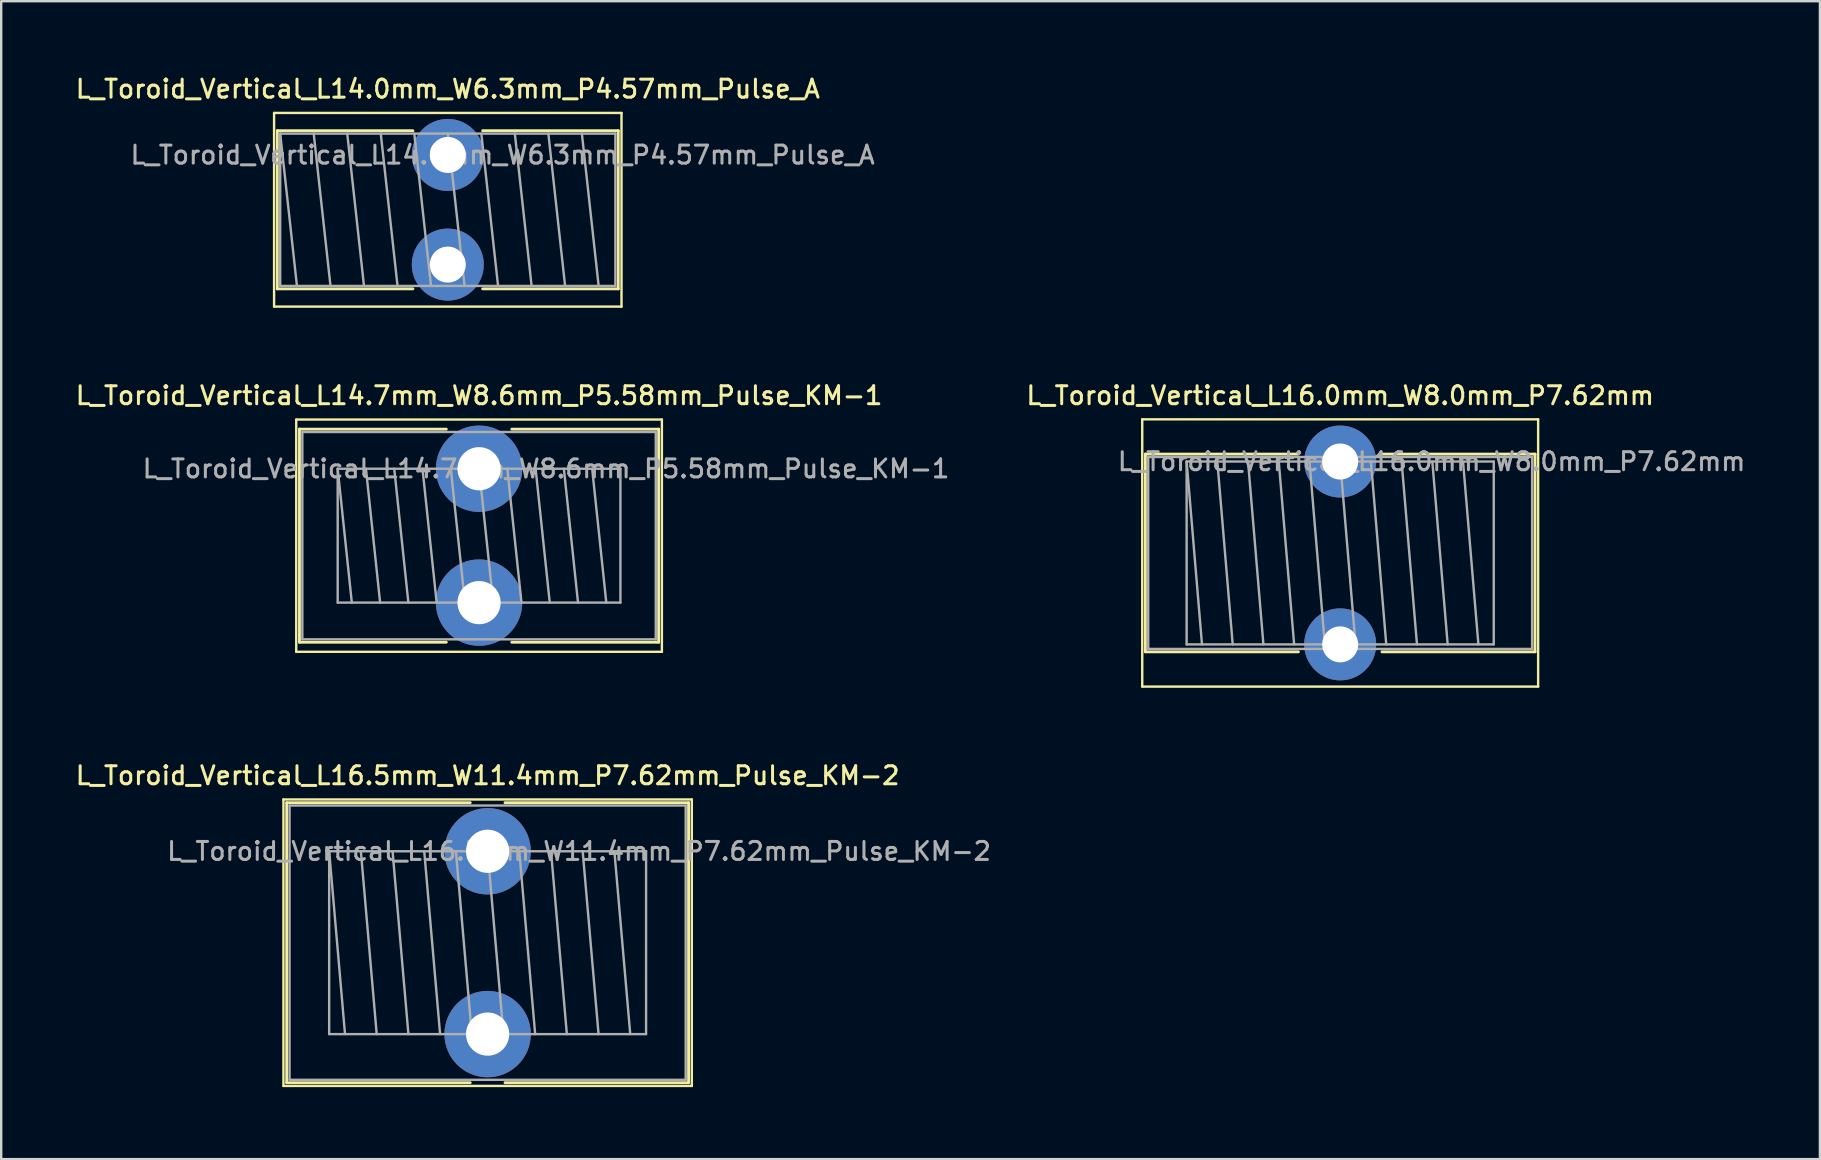
<source format=kicad_pcb>
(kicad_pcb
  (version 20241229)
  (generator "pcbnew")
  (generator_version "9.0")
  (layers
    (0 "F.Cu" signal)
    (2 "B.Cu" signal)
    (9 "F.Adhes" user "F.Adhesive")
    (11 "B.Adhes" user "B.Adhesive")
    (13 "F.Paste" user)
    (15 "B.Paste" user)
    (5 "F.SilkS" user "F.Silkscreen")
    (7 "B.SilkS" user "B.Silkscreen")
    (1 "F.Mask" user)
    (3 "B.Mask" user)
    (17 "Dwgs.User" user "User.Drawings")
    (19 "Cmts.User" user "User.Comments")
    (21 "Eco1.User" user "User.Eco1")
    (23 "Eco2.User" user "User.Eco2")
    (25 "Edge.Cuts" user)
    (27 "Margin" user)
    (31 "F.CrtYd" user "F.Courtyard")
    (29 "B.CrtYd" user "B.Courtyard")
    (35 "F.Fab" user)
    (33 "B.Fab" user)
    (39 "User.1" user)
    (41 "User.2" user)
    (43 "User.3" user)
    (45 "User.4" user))
  (footprint "L_Toroid_Vertical_L16.0mm_W8.0mm_P7.62mm"
    (layer "F.Cu")
    (at 52.806 16.186)
    (property "Reference" "L_Toroid_Vertical_L16.0mm_W8.0mm_P7.62mm" (at 0 -2.75 0) (layer "F.SilkS") (effects (font (size 0.75 0.75) (thickness 0.125))))
    (attr through_hole)
    (fp_line (start -8.25 -1.76) (end -8.25 9.38) (stroke (width 0.1) (type solid)) (layer "F.SilkS"))
    (fp_line (start -8.25 9.38) (end 8.25 9.38) (stroke (width 0.1) (type solid)) (layer "F.SilkS"))
    (fp_line (start -8.12 -0.31) (end -8.12 7.93) (stroke (width 0.12) (type solid)) (layer "F.SilkS"))
    (fp_line (start -8.12 -0.31) (end -1.742 -0.31) (stroke (width 0.12) (type solid)) (layer "F.SilkS"))
    (fp_line (start -8.12 7.93) (end -1.742 7.93) (stroke (width 0.12) (type solid)) (layer "F.SilkS"))
    (fp_line (start 1.742 -0.31) (end 8.12 -0.31) (stroke (width 0.12) (type solid)) (layer "F.SilkS"))
    (fp_line (start 1.742 7.93) (end 8.12 7.93) (stroke (width 0.12) (type solid)) (layer "F.SilkS"))
    (fp_line (start 8.12 -0.31) (end 8.12 7.93) (stroke (width 0.12) (type solid)) (layer "F.SilkS"))
    (fp_line (start 8.25 -1.76) (end -8.25 -1.76) (stroke (width 0.1) (type solid)) (layer "F.SilkS"))
    (fp_line (start 8.25 9.38) (end 8.25 -1.76) (stroke (width 0.1) (type solid)) (layer "F.SilkS"))
    (fp_line (start -8 -0.19) (end -8 7.81) (stroke (width 0.1) (type solid)) (layer "F.Fab"))
    (fp_line (start -8 7.81) (end 8 7.81) (stroke (width 0.1) (type solid)) (layer "F.Fab"))
    (fp_line (start -6.4 0) (end -6.4 7.62) (stroke (width 0.1) (type solid)) (layer "F.Fab"))
    (fp_line (start -6.4 0) (end -5.76 7.62) (stroke (width 0.1) (type solid)) (layer "F.Fab"))
    (fp_line (start -6.4 7.62) (end 6.4 7.62) (stroke (width 0.1) (type solid)) (layer "F.Fab"))
    (fp_line (start -5.12 0) (end -4.48 7.62) (stroke (width 0.1) (type solid)) (layer "F.Fab"))
    (fp_line (start -3.84 0) (end -3.2 7.62) (stroke (width 0.1) (type solid)) (layer "F.Fab"))
    (fp_line (start -2.56 0) (end -1.92 7.62) (stroke (width 0.1) (type solid)) (layer "F.Fab"))
    (fp_line (start -1.28 0) (end -0.64 7.62) (stroke (width 0.1) (type solid)) (layer "F.Fab"))
    (fp_line (start 0 0) (end 0.64 7.62) (stroke (width 0.1) (type solid)) (layer "F.Fab"))
    (fp_line (start 1.28 0) (end 1.92 7.62) (stroke (width 0.1) (type solid)) (layer "F.Fab"))
    (fp_line (start 2.56 0) (end 3.2 7.62) (stroke (width 0.1) (type solid)) (layer "F.Fab"))
    (fp_line (start 3.84 0) (end 4.48 7.62) (stroke (width 0.1) (type solid)) (layer "F.Fab"))
    (fp_line (start 5.12 0) (end 5.76 7.62) (stroke (width 0.1) (type solid)) (layer "F.Fab"))
    (fp_line (start 6.4 0) (end -6.4 0) (stroke (width 0.1) (type solid)) (layer "F.Fab"))
    (fp_line (start 6.4 7.62) (end 6.4 0) (stroke (width 0.1) (type solid)) (layer "F.Fab"))
    (fp_line (start 8 -0.19) (end -8 -0.19) (stroke (width 0.1) (type solid)) (layer "F.Fab"))
    (fp_line (start 8 7.81) (end 8 -0.19) (stroke (width 0.1) (type solid)) (layer "F.Fab"))
    (fp_text user "${REFERENCE}" (at 3.81 0 0) (layer "F.Fab") (effects (font (size 0.75 0.75) (thickness 0.125))))
    (pad "1" thru_hole circle (at 0 0) (size 3 3) (drill 1.5) (layers "*.Cu" "*.Mask"))
    (pad "2" thru_hole circle (at 0 7.62) (size 3 3) (drill 1.5) (layers "*.Cu" "*.Mask")))
  (footprint "L_Toroid_Vertical_L14.0mm_W6.3mm_P4.57mm_Pulse_A"
    (layer "F.Cu")
    (at 15.613 3.408)
    (property "Reference" "L_Toroid_Vertical_L14.0mm_W6.3mm_P4.57mm_Pulse_A" (at 0 -2.75 0) (layer "F.SilkS") (effects (font (size 0.75 0.75) (thickness 0.125))))
    (attr through_hole)
    (fp_line (start -7.24 -1.75) (end -7.24 6.32) (stroke (width 0.1) (type solid)) (layer "F.SilkS"))
    (fp_line (start -7.24 6.32) (end 7.24 6.32) (stroke (width 0.1) (type solid)) (layer "F.SilkS"))
    (fp_line (start -7.105 -1.01) (end -7.105 5.58) (stroke (width 0.12) (type solid)) (layer "F.SilkS"))
    (fp_line (start -7.105 -1.01) (end -1.454 -1.01) (stroke (width 0.12) (type solid)) (layer "F.SilkS"))
    (fp_line (start -7.105 5.58) (end -1.454 5.58) (stroke (width 0.12) (type solid)) (layer "F.SilkS"))
    (fp_line (start 1.454 -1.01) (end 7.105 -1.01) (stroke (width 0.12) (type solid)) (layer "F.SilkS"))
    (fp_line (start 1.454 5.58) (end 7.105 5.58) (stroke (width 0.12) (type solid)) (layer "F.SilkS"))
    (fp_line (start 7.105 -1.01) (end 7.105 5.58) (stroke (width 0.12) (type solid)) (layer "F.SilkS"))
    (fp_line (start 7.24 -1.75) (end -7.24 -1.75) (stroke (width 0.1) (type solid)) (layer "F.SilkS"))
    (fp_line (start 7.24 6.32) (end 7.24 -1.75) (stroke (width 0.1) (type solid)) (layer "F.SilkS"))
    (fp_line (start -6.985 -0.89) (end -6.985 5.46) (stroke (width 0.1) (type solid)) (layer "F.Fab"))
    (fp_line (start -6.985 -0.89) (end -6.287 5.46) (stroke (width 0.1) (type solid)) (layer "F.Fab"))
    (fp_line (start -6.985 5.46) (end 6.985 5.46) (stroke (width 0.1) (type solid)) (layer "F.Fab"))
    (fp_line (start -5.588 -0.89) (end -4.889 5.46) (stroke (width 0.1) (type solid)) (layer "F.Fab"))
    (fp_line (start -4.191 -0.89) (end -3.493 5.46) (stroke (width 0.1) (type solid)) (layer "F.Fab"))
    (fp_line (start -2.794 -0.89) (end -2.095 5.46) (stroke (width 0.1) (type solid)) (layer "F.Fab"))
    (fp_line (start -1.397 -0.89) (end -0.699 5.46) (stroke (width 0.1) (type solid)) (layer "F.Fab"))
    (fp_line (start 0 -0.89) (end 0.699 5.46) (stroke (width 0.1) (type solid)) (layer "F.Fab"))
    (fp_line (start 1.397 -0.89) (end 2.095 5.46) (stroke (width 0.1) (type solid)) (layer "F.Fab"))
    (fp_line (start 2.794 -0.89) (end 3.493 5.46) (stroke (width 0.1) (type solid)) (layer "F.Fab"))
    (fp_line (start 4.191 -0.89) (end 4.889 5.46) (stroke (width 0.1) (type solid)) (layer "F.Fab"))
    (fp_line (start 5.588 -0.89) (end 6.287 5.46) (stroke (width 0.1) (type solid)) (layer "F.Fab"))
    (fp_line (start 6.985 -0.89) (end -6.985 -0.89) (stroke (width 0.1) (type solid)) (layer "F.Fab"))
    (fp_line (start 6.985 5.46) (end 6.985 -0.89) (stroke (width 0.1) (type solid)) (layer "F.Fab"))
    (fp_text user "${REFERENCE}" (at 2.285 0 0) (layer "F.Fab") (effects (font (size 0.75 0.75) (thickness 0.125))))
    (pad "1" thru_hole circle (at 0 0) (size 3 3) (drill 1.5) (layers "*.Cu" "*.Mask"))
    (pad "2" thru_hole circle (at 0 4.57) (size 3 3) (drill 1.5) (layers "*.Cu" "*.Mask")))
  (footprint "L_Toroid_Vertical_L14.7mm_W8.6mm_P5.58mm_Pulse_KM-1"
    (layer "F.Cu")
    (at 16.916 16.486)
    (property "Reference" "L_Toroid_Vertical_L14.7mm_W8.6mm_P5.58mm_Pulse_KM-1" (at 0 -3.05 0) (layer "F.SilkS") (effects (font (size 0.75 0.75) (thickness 0.125))))
    (attr through_hole)
    (fp_line (start -7.62 -2.05) (end -7.62 7.63) (stroke (width 0.1) (type solid)) (layer "F.SilkS"))
    (fp_line (start -7.62 7.63) (end 7.62 7.63) (stroke (width 0.1) (type solid)) (layer "F.SilkS"))
    (fp_line (start -7.485 -1.65) (end -7.485 7.23) (stroke (width 0.12) (type solid)) (layer "F.SilkS"))
    (fp_line (start -7.485 -1.65) (end -1.365 -1.65) (stroke (width 0.12) (type solid)) (layer "F.SilkS"))
    (fp_line (start -7.485 7.23) (end -1.365 7.23) (stroke (width 0.12) (type solid)) (layer "F.SilkS"))
    (fp_line (start 1.365 -1.65) (end 7.485 -1.65) (stroke (width 0.12) (type solid)) (layer "F.SilkS"))
    (fp_line (start 1.365 7.23) (end 7.485 7.23) (stroke (width 0.12) (type solid)) (layer "F.SilkS"))
    (fp_line (start 7.485 -1.65) (end 7.485 7.23) (stroke (width 0.12) (type solid)) (layer "F.SilkS"))
    (fp_line (start 7.62 -2.05) (end -7.62 -2.05) (stroke (width 0.1) (type solid)) (layer "F.SilkS"))
    (fp_line (start 7.62 7.63) (end 7.62 -2.05) (stroke (width 0.1) (type solid)) (layer "F.SilkS"))
    (fp_line (start -7.365 -1.53) (end -7.365 7.11) (stroke (width 0.1) (type solid)) (layer "F.Fab"))
    (fp_line (start -7.365 7.11) (end 7.365 7.11) (stroke (width 0.1) (type solid)) (layer "F.Fab"))
    (fp_line (start -5.892 0) (end -5.892 5.58) (stroke (width 0.1) (type solid)) (layer "F.Fab"))
    (fp_line (start -5.892 0) (end -5.303 5.58) (stroke (width 0.1) (type solid)) (layer "F.Fab"))
    (fp_line (start -5.892 5.58) (end 5.892 5.58) (stroke (width 0.1) (type solid)) (layer "F.Fab"))
    (fp_line (start -4.714 0) (end -4.124 5.58) (stroke (width 0.1) (type solid)) (layer "F.Fab"))
    (fp_line (start -3.535 0) (end -2.946 5.58) (stroke (width 0.1) (type solid)) (layer "F.Fab"))
    (fp_line (start -2.357 0) (end -1.768 5.58) (stroke (width 0.1) (type solid)) (layer "F.Fab"))
    (fp_line (start -1.178 0) (end -0.589 5.58) (stroke (width 0.1) (type solid)) (layer "F.Fab"))
    (fp_line (start 0 0) (end 0.589 5.58) (stroke (width 0.1) (type solid)) (layer "F.Fab"))
    (fp_line (start 1.178 0) (end 1.768 5.58) (stroke (width 0.1) (type solid)) (layer "F.Fab"))
    (fp_line (start 2.357 0) (end 2.946 5.58) (stroke (width 0.1) (type solid)) (layer "F.Fab"))
    (fp_line (start 3.535 0) (end 4.124 5.58) (stroke (width 0.1) (type solid)) (layer "F.Fab"))
    (fp_line (start 4.714 0) (end 5.303 5.58) (stroke (width 0.1) (type solid)) (layer "F.Fab"))
    (fp_line (start 5.892 0) (end -5.892 0) (stroke (width 0.1) (type solid)) (layer "F.Fab"))
    (fp_line (start 5.892 5.58) (end 5.892 0) (stroke (width 0.1) (type solid)) (layer "F.Fab"))
    (fp_line (start 7.365 -1.53) (end -7.365 -1.53) (stroke (width 0.1) (type solid)) (layer "F.Fab"))
    (fp_line (start 7.365 7.11) (end 7.365 -1.53) (stroke (width 0.1) (type solid)) (layer "F.Fab"))
    (fp_text user "${REFERENCE}" (at 2.79 0 0) (layer "F.Fab") (effects (font (size 0.75 0.75) (thickness 0.125))))
    (pad "1" thru_hole circle (at 0 0) (size 3.6 3.6) (drill 1.8) (layers "*.Cu" "*.Mask"))
    (pad "2" thru_hole circle (at 0 5.58) (size 3.6 3.6) (drill 1.8) (layers "*.Cu" "*.Mask")))
  (footprint "L_Toroid_Vertical_L16.5mm_W11.4mm_P7.62mm_Pulse_KM-2"
    (layer "F.Cu")
    (at 17.273 32.429)
    (property "Reference" "L_Toroid_Vertical_L16.5mm_W11.4mm_P7.62mm_Pulse_KM-2" (at 0 -3.155 0) (layer "F.SilkS") (effects (font (size 0.75 0.75) (thickness 0.125))))
    (attr through_hole)
    (fp_line (start -8.51 -2.16) (end -8.51 9.78) (stroke (width 0.1) (type solid)) (layer "F.SilkS"))
    (fp_line (start -8.51 9.78) (end 8.51 9.78) (stroke (width 0.1) (type solid)) (layer "F.SilkS"))
    (fp_line (start -8.375 -2.025) (end -8.375 9.645) (stroke (width 0.12) (type solid)) (layer "F.SilkS"))
    (fp_line (start -8.375 -2.025) (end -0.725 -2.025) (stroke (width 0.12) (type solid)) (layer "F.SilkS"))
    (fp_line (start -8.375 9.645) (end -0.725 9.645) (stroke (width 0.12) (type solid)) (layer "F.SilkS"))
    (fp_line (start 0.725 -2.025) (end 8.375 -2.025) (stroke (width 0.12) (type solid)) (layer "F.SilkS"))
    (fp_line (start 0.725 9.645) (end 8.375 9.645) (stroke (width 0.12) (type solid)) (layer "F.SilkS"))
    (fp_line (start 8.375 -2.025) (end 8.375 9.645) (stroke (width 0.12) (type solid)) (layer "F.SilkS"))
    (fp_line (start 8.51 -2.16) (end -8.51 -2.16) (stroke (width 0.1) (type solid)) (layer "F.SilkS"))
    (fp_line (start 8.51 9.78) (end 8.51 -2.16) (stroke (width 0.1) (type solid)) (layer "F.SilkS"))
    (fp_line (start -8.255 -1.905) (end -8.255 9.525) (stroke (width 0.1) (type solid)) (layer "F.Fab"))
    (fp_line (start -8.255 9.525) (end 8.255 9.525) (stroke (width 0.1) (type solid)) (layer "F.Fab"))
    (fp_line (start -6.604 0) (end -6.604 7.62) (stroke (width 0.1) (type solid)) (layer "F.Fab"))
    (fp_line (start -6.604 0) (end -5.944 7.62) (stroke (width 0.1) (type solid)) (layer "F.Fab"))
    (fp_line (start -6.604 7.62) (end 6.604 7.62) (stroke (width 0.1) (type solid)) (layer "F.Fab"))
    (fp_line (start -5.283 0) (end -4.623 7.62) (stroke (width 0.1) (type solid)) (layer "F.Fab"))
    (fp_line (start -3.962 0) (end -3.302 7.62) (stroke (width 0.1) (type solid)) (layer "F.Fab"))
    (fp_line (start -2.642 0) (end -1.981 7.62) (stroke (width 0.1) (type solid)) (layer "F.Fab"))
    (fp_line (start -1.321 0) (end -0.66 7.62) (stroke (width 0.1) (type solid)) (layer "F.Fab"))
    (fp_line (start 0 0) (end 0.66 7.62) (stroke (width 0.1) (type solid)) (layer "F.Fab"))
    (fp_line (start 1.321 0) (end 1.981 7.62) (stroke (width 0.1) (type solid)) (layer "F.Fab"))
    (fp_line (start 2.642 0) (end 3.302 7.62) (stroke (width 0.1) (type solid)) (layer "F.Fab"))
    (fp_line (start 3.962 0) (end 4.623 7.62) (stroke (width 0.1) (type solid)) (layer "F.Fab"))
    (fp_line (start 5.283 0) (end 5.944 7.62) (stroke (width 0.1) (type solid)) (layer "F.Fab"))
    (fp_line (start 6.604 0) (end -6.604 0) (stroke (width 0.1) (type solid)) (layer "F.Fab"))
    (fp_line (start 6.604 7.62) (end 6.604 0) (stroke (width 0.1) (type solid)) (layer "F.Fab"))
    (fp_line (start 8.255 -1.905) (end -8.255 -1.905) (stroke (width 0.1) (type solid)) (layer "F.Fab"))
    (fp_line (start 8.255 9.525) (end 8.255 -1.905) (stroke (width 0.1) (type solid)) (layer "F.Fab"))
    (fp_text user "${REFERENCE}" (at 3.81 0 0) (layer "F.Fab") (effects (font (size 0.75 0.75) (thickness 0.125))))
    (pad "1" thru_hole circle (at 0 0) (size 3.6 3.6) (drill 1.8) (layers "*.Cu" "*.Mask"))
    (pad "2" thru_hole circle (at 0 7.62) (size 3.6 3.6) (drill 1.8) (layers "*.Cu" "*.Mask")))
  (gr_rect
    (start -3 -3)
    (end 72.8 45.259)
    (stroke (width 0.1) (type default))
    (fill no)
    (layer "Edge.Cuts")))
</source>
